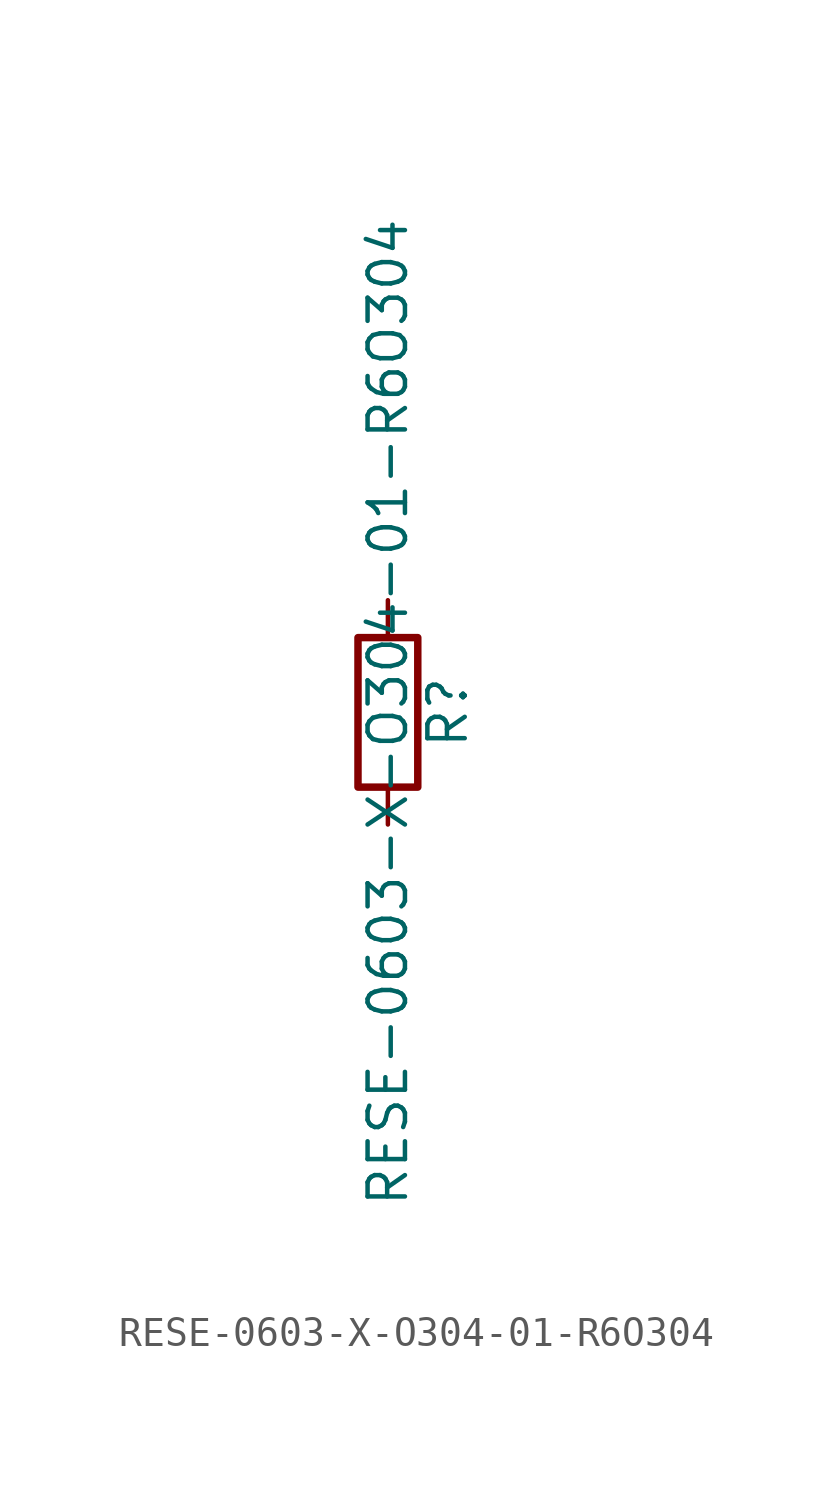
<source format=kicad_sym>
(kicad_symbol_lib
  (version 20211014)
  (generator kicad_symbol_editor)
  (symbol "RESE-0603-X-O304-01-R6O304"
    (pin_numbers hide)
    (pin_names
      (offset 0))
    (property "Reference" "R"
      (at 2.032 0 90)
      (effects (font (size 1.27 1.27))))
    (property "Value" "RESE-0603-X-O304-01-R6O304"
      (at 0 0 90)
      (effects (font (size 1.27 1.27))))
    (symbol "RESE-0603-X-O304-01-R6O304_0_1"
      (rectangle (start -1.016 -2.54) (end 1.016 2.54) (stroke (width 0.254) (type default) (color 0 0 0 0)) (fill (type none))))
    (symbol "RESE-0603-X-O304-01-R6O304_1_1"
      (pin passive line (at 0 3.81 270) (length 1.27) (name "~" (effects (font (size 1.27 1.27)))) (number "1" (effects (font (size 1.27 1.27)))))
      (pin passive line (at 0 -3.81 90) (length 1.27) (name "~" (effects (font (size 1.27 1.27)))) (number "2" (effects (font (size 1.27 1.27))))))))
</source>
